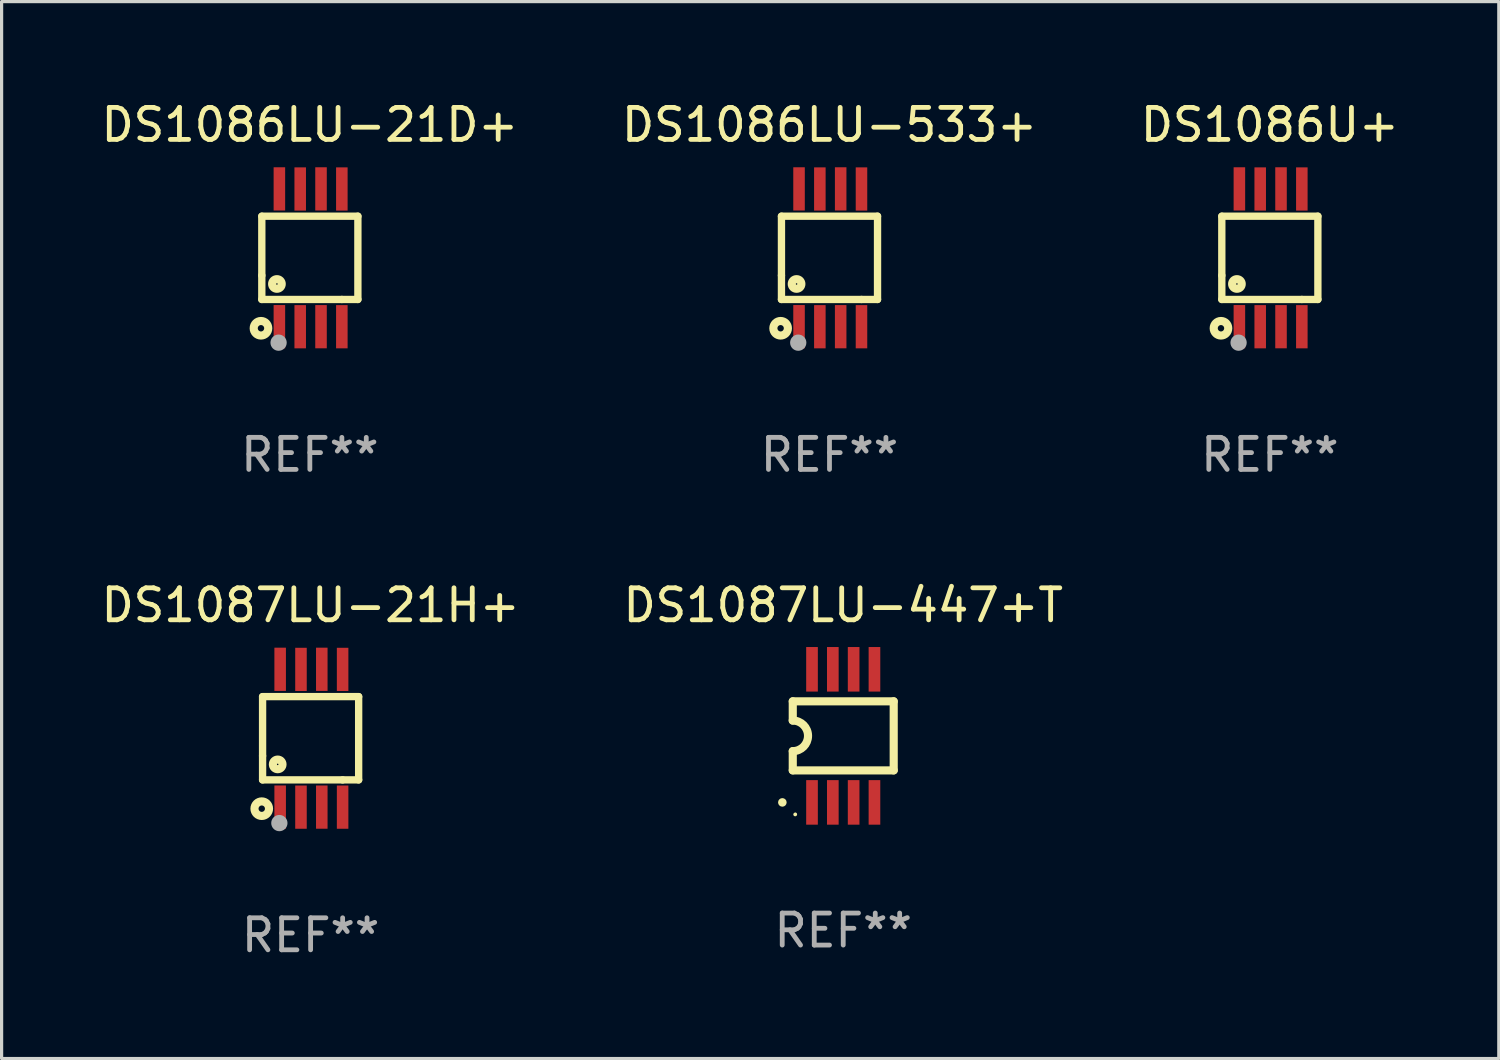
<source format=kicad_pcb>
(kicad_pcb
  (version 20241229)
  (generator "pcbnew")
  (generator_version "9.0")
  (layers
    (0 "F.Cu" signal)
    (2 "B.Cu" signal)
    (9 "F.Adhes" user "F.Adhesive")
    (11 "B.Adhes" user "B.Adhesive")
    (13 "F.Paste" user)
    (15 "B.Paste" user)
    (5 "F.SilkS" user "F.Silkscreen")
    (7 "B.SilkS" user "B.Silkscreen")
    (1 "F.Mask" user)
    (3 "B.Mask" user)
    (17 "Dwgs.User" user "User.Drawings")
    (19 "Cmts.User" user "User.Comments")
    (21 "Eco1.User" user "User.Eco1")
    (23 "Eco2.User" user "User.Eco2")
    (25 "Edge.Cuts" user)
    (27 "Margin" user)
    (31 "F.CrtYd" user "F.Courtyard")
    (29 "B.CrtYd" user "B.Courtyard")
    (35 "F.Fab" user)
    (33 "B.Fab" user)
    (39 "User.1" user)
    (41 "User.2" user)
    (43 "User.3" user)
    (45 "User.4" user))
  (footprint "DS1086U+"
    (layer "F.Cu")
    (at 36.601 5)
    (property "Reference" "DS1086U+" (at 0 -4.152 0) (layer "F.SilkS") (effects (font (size 1 1) (thickness 0.15))))
    (attr through_hole)
    (fp_line (start -1.5 1.301) (end 1 1.301) (stroke (width 0.229) (type solid)) (layer "F.SilkS"))
    (fp_line (start -1.5 -1.299) (end -1.5 0.551) (stroke (width 0.229) (type solid)) (layer "F.SilkS"))
    (fp_line (start -1.5 0.551) (end -1.5 1.301) (stroke (width 0.229) (type solid)) (layer "F.SilkS"))
    (fp_line (start 1 1.301) (end 1.5 1.301) (stroke (width 0.229) (type solid)) (layer "F.SilkS"))
    (fp_line (start 1.5 1.301) (end 1.5 -1.299) (stroke (width 0.229) (type solid)) (layer "F.SilkS"))
    (fp_line (start 1.5 -1.299) (end -1.5 -1.299) (stroke (width 0.229) (type solid)) (layer "F.SilkS"))
    (fp_circle (center -1.526 2.2) (end -1.426 2.2) (stroke (width 0.254) (type solid)) (fill no) (layer "F.SilkS"))
    (fp_circle (center -1.476 2.45) (end -1.446 2.45) (stroke (width 0.06) (type solid)) (fill no) (layer "F.SilkS"))
    (fp_circle (center -1.028 0.817) (end -0.878 0.817) (stroke (width 0.254) (type solid)) (fill no) (layer "F.SilkS"))
    (fp_circle (center -0.976 2.65) (end -0.849 2.65) (stroke (width 0.254) (type solid)) (fill no) (layer "F.Fab"))
    (fp_text user "REF**" (at 0 6.152 0) (layer "F.Fab") (effects (font (size 1 1) (thickness 0.15))))
    (pad "1" smd rect (at -0.951 2.15) (size 0.36 1.35) (layers "F.Cu" "F.Mask" "F.Paste"))
    (pad "2" smd rect (at -0.301 2.152) (size 0.36 1.35) (layers "F.Cu" "F.Mask" "F.Paste"))
    (pad "3" smd rect (at 0.349 2.151) (size 0.36 1.35) (layers "F.Cu" "F.Mask" "F.Paste"))
    (pad "4" smd rect (at 0.999 2.152) (size 0.36 1.35) (layers "F.Cu" "F.Mask" "F.Paste"))
    (pad "5" smd rect (at 0.999 -2.149) (size 0.36 1.35) (layers "F.Cu" "F.Mask" "F.Paste"))
    (pad "6" smd rect (at 0.349 -2.152) (size 0.36 1.35) (layers "F.Cu" "F.Mask" "F.Paste"))
    (pad "7" smd rect (at -0.301 -2.149) (size 0.36 1.35) (layers "F.Cu" "F.Mask" "F.Paste"))
    (pad "8" smd rect (at -0.951 -2.152) (size 0.36 1.35) (layers "F.Cu" "F.Mask" "F.Paste")))
  (footprint "DS1087LU-447+T"
    (layer "F.Cu")
    (at 23.28 19.927)
    (property "Reference" "DS1087LU-447+T" (at 0 -4.078 0) (layer "F.SilkS") (effects (font (size 1 1) (thickness 0.15))))
    (attr through_hole)
    (fp_line (start -1.576 -1.078) (end -1.576 -0.478) (stroke (width 0.254) (type solid)) (layer "F.SilkS"))
    (fp_line (start -1.576 -1.078) (end 1.576 -1.078) (stroke (width 0.254) (type solid)) (layer "F.SilkS"))
    (fp_line (start -1.576 1.078) (end -1.576 0.478) (stroke (width 0.254) (type solid)) (layer "F.SilkS"))
    (fp_line (start 1.576 -1.078) (end 1.576 1.078) (stroke (width 0.254) (type solid)) (layer "F.SilkS"))
    (fp_line (start 1.576 1.078) (end -1.576 1.078) (stroke (width 0.254) (type solid)) (layer "F.SilkS"))
    (fp_arc (start -1.577343 -0.47752) (mid -1.099721 -0.000481) (end -1.5762 0.477699) (stroke (width 0.254001) (type solid)) (layer "F.SilkS"))
    (fp_circle (center -1.901 2.078) (end -1.834 2.078) (stroke (width 0.134) (type solid)) (fill no) (layer "F.SilkS"))
    (fp_circle (center -1.5 2.452) (end -1.47 2.452) (stroke (width 0.06) (type solid)) (fill no) (layer "F.SilkS"))
    (fp_text user "REF**" (at 0 6.078 0) (layer "F.Fab") (effects (font (size 1 1) (thickness 0.15))))
    (pad "1" smd rect (at -0.975 2.078) (size 0.364 1.391) (layers "F.Cu" "F.Mask" "F.Paste"))
    (pad "2" smd rect (at -0.325 2.078) (size 0.364 1.391) (layers "F.Cu" "F.Mask" "F.Paste"))
    (pad "3" smd rect (at 0.325 2.078) (size 0.364 1.391) (layers "F.Cu" "F.Mask" "F.Paste"))
    (pad "4" smd rect (at 0.975 2.078) (size 0.364 1.391) (layers "F.Cu" "F.Mask" "F.Paste"))
    (pad "5" smd rect (at 0.975 -2.078) (size 0.364 1.391) (layers "F.Cu" "F.Mask" "F.Paste"))
    (pad "6" smd rect (at 0.325 -2.078) (size 0.364 1.391) (layers "F.Cu" "F.Mask" "F.Paste"))
    (pad "7" smd rect (at -0.325 -2.078) (size 0.364 1.391) (layers "F.Cu" "F.Mask" "F.Paste"))
    (pad "8" smd rect (at -0.975 -2.078) (size 0.364 1.391) (layers "F.Cu" "F.Mask" "F.Paste")))
  (footprint "DS1086LU-21D+"
    (layer "F.Cu")
    (at 6.625 5)
    (property "Reference" "DS1086LU-21D+" (at 0 -4.152 0) (layer "F.SilkS") (effects (font (size 1 1) (thickness 0.15))))
    (attr through_hole)
    (fp_line (start -1.5 1.301) (end 1 1.301) (stroke (width 0.229) (type solid)) (layer "F.SilkS"))
    (fp_line (start -1.5 -1.299) (end -1.5 0.551) (stroke (width 0.229) (type solid)) (layer "F.SilkS"))
    (fp_line (start -1.5 0.551) (end -1.5 1.301) (stroke (width 0.229) (type solid)) (layer "F.SilkS"))
    (fp_line (start 1 1.301) (end 1.5 1.301) (stroke (width 0.229) (type solid)) (layer "F.SilkS"))
    (fp_line (start 1.5 1.301) (end 1.5 -1.299) (stroke (width 0.229) (type solid)) (layer "F.SilkS"))
    (fp_line (start 1.5 -1.299) (end -1.5 -1.299) (stroke (width 0.229) (type solid)) (layer "F.SilkS"))
    (fp_circle (center -1.526 2.2) (end -1.426 2.2) (stroke (width 0.254) (type solid)) (fill no) (layer "F.SilkS"))
    (fp_circle (center -1.476 2.45) (end -1.446 2.45) (stroke (width 0.06) (type solid)) (fill no) (layer "F.SilkS"))
    (fp_circle (center -1.028 0.817) (end -0.878 0.817) (stroke (width 0.254) (type solid)) (fill no) (layer "F.SilkS"))
    (fp_circle (center -0.976 2.65) (end -0.849 2.65) (stroke (width 0.254) (type solid)) (fill no) (layer "F.Fab"))
    (fp_text user "REF**" (at 0 6.152 0) (layer "F.Fab") (effects (font (size 1 1) (thickness 0.15))))
    (pad "1" smd rect (at -0.951 2.15) (size 0.36 1.35) (layers "F.Cu" "F.Mask" "F.Paste"))
    (pad "2" smd rect (at -0.301 2.152) (size 0.36 1.35) (layers "F.Cu" "F.Mask" "F.Paste"))
    (pad "3" smd rect (at 0.349 2.151) (size 0.36 1.35) (layers "F.Cu" "F.Mask" "F.Paste"))
    (pad "4" smd rect (at 0.999 2.152) (size 0.36 1.35) (layers "F.Cu" "F.Mask" "F.Paste"))
    (pad "5" smd rect (at 0.999 -2.149) (size 0.36 1.35) (layers "F.Cu" "F.Mask" "F.Paste"))
    (pad "6" smd rect (at 0.349 -2.152) (size 0.36 1.35) (layers "F.Cu" "F.Mask" "F.Paste"))
    (pad "7" smd rect (at -0.301 -2.149) (size 0.36 1.35) (layers "F.Cu" "F.Mask" "F.Paste"))
    (pad "8" smd rect (at -0.951 -2.152) (size 0.36 1.35) (layers "F.Cu" "F.Mask" "F.Paste")))
  (footprint "DS1087LU-21H+"
    (layer "F.Cu")
    (at 6.649 20.001)
    (property "Reference" "DS1087LU-21H+" (at 0 -4.152 0) (layer "F.SilkS") (effects (font (size 1 1) (thickness 0.15))))
    (attr through_hole)
    (fp_line (start -1.5 1.301) (end 1 1.301) (stroke (width 0.229) (type solid)) (layer "F.SilkS"))
    (fp_line (start -1.5 -1.299) (end -1.5 0.551) (stroke (width 0.229) (type solid)) (layer "F.SilkS"))
    (fp_line (start -1.5 0.551) (end -1.5 1.301) (stroke (width 0.229) (type solid)) (layer "F.SilkS"))
    (fp_line (start 1 1.301) (end 1.5 1.301) (stroke (width 0.229) (type solid)) (layer "F.SilkS"))
    (fp_line (start 1.5 1.301) (end 1.5 -1.299) (stroke (width 0.229) (type solid)) (layer "F.SilkS"))
    (fp_line (start 1.5 -1.299) (end -1.5 -1.299) (stroke (width 0.229) (type solid)) (layer "F.SilkS"))
    (fp_circle (center -1.526 2.2) (end -1.426 2.2) (stroke (width 0.254) (type solid)) (fill no) (layer "F.SilkS"))
    (fp_circle (center -1.476 2.45) (end -1.446 2.45) (stroke (width 0.06) (type solid)) (fill no) (layer "F.SilkS"))
    (fp_circle (center -1.028 0.817) (end -0.878 0.817) (stroke (width 0.254) (type solid)) (fill no) (layer "F.SilkS"))
    (fp_circle (center -0.976 2.65) (end -0.849 2.65) (stroke (width 0.254) (type solid)) (fill no) (layer "F.Fab"))
    (fp_text user "REF**" (at 0 6.152 0) (layer "F.Fab") (effects (font (size 1 1) (thickness 0.15))))
    (pad "1" smd rect (at -0.951 2.15) (size 0.36 1.35) (layers "F.Cu" "F.Mask" "F.Paste"))
    (pad "2" smd rect (at -0.301 2.152) (size 0.36 1.35) (layers "F.Cu" "F.Mask" "F.Paste"))
    (pad "3" smd rect (at 0.349 2.151) (size 0.36 1.35) (layers "F.Cu" "F.Mask" "F.Paste"))
    (pad "4" smd rect (at 0.999 2.152) (size 0.36 1.35) (layers "F.Cu" "F.Mask" "F.Paste"))
    (pad "5" smd rect (at 0.999 -2.149) (size 0.36 1.35) (layers "F.Cu" "F.Mask" "F.Paste"))
    (pad "6" smd rect (at 0.349 -2.152) (size 0.36 1.35) (layers "F.Cu" "F.Mask" "F.Paste"))
    (pad "7" smd rect (at -0.301 -2.149) (size 0.36 1.35) (layers "F.Cu" "F.Mask" "F.Paste"))
    (pad "8" smd rect (at -0.951 -2.152) (size 0.36 1.35) (layers "F.Cu" "F.Mask" "F.Paste")))
  (footprint "DS1086LU-533+"
    (layer "F.Cu")
    (at 22.851 5)
    (property "Reference" "DS1086LU-533+" (at 0 -4.152 0) (layer "F.SilkS") (effects (font (size 1 1) (thickness 0.15))))
    (attr through_hole)
    (fp_line (start -1.5 1.301) (end 1 1.301) (stroke (width 0.229) (type solid)) (layer "F.SilkS"))
    (fp_line (start -1.5 -1.299) (end -1.5 0.551) (stroke (width 0.229) (type solid)) (layer "F.SilkS"))
    (fp_line (start -1.5 0.551) (end -1.5 1.301) (stroke (width 0.229) (type solid)) (layer "F.SilkS"))
    (fp_line (start 1 1.301) (end 1.5 1.301) (stroke (width 0.229) (type solid)) (layer "F.SilkS"))
    (fp_line (start 1.5 1.301) (end 1.5 -1.299) (stroke (width 0.229) (type solid)) (layer "F.SilkS"))
    (fp_line (start 1.5 -1.299) (end -1.5 -1.299) (stroke (width 0.229) (type solid)) (layer "F.SilkS"))
    (fp_circle (center -1.526 2.2) (end -1.426 2.2) (stroke (width 0.254) (type solid)) (fill no) (layer "F.SilkS"))
    (fp_circle (center -1.476 2.45) (end -1.446 2.45) (stroke (width 0.06) (type solid)) (fill no) (layer "F.SilkS"))
    (fp_circle (center -1.028 0.817) (end -0.878 0.817) (stroke (width 0.254) (type solid)) (fill no) (layer "F.SilkS"))
    (fp_circle (center -0.976 2.65) (end -0.849 2.65) (stroke (width 0.254) (type solid)) (fill no) (layer "F.Fab"))
    (fp_text user "REF**" (at 0 6.152 0) (layer "F.Fab") (effects (font (size 1 1) (thickness 0.15))))
    (pad "1" smd rect (at -0.951 2.15) (size 0.36 1.35) (layers "F.Cu" "F.Mask" "F.Paste"))
    (pad "2" smd rect (at -0.301 2.152) (size 0.36 1.35) (layers "F.Cu" "F.Mask" "F.Paste"))
    (pad "3" smd rect (at 0.349 2.151) (size 0.36 1.35) (layers "F.Cu" "F.Mask" "F.Paste"))
    (pad "4" smd rect (at 0.999 2.152) (size 0.36 1.35) (layers "F.Cu" "F.Mask" "F.Paste"))
    (pad "5" smd rect (at 0.999 -2.149) (size 0.36 1.35) (layers "F.Cu" "F.Mask" "F.Paste"))
    (pad "6" smd rect (at 0.349 -2.152) (size 0.36 1.35) (layers "F.Cu" "F.Mask" "F.Paste"))
    (pad "7" smd rect (at -0.301 -2.149) (size 0.36 1.35) (layers "F.Cu" "F.Mask" "F.Paste"))
    (pad "8" smd rect (at -0.951 -2.152) (size 0.36 1.35) (layers "F.Cu" "F.Mask" "F.Paste")))
  (gr_rect
    (start -3 -3)
    (end 43.75 30.002)
    (stroke (width 0.1) (type default))
    (fill no)
    (layer "Edge.Cuts")))
</source>
